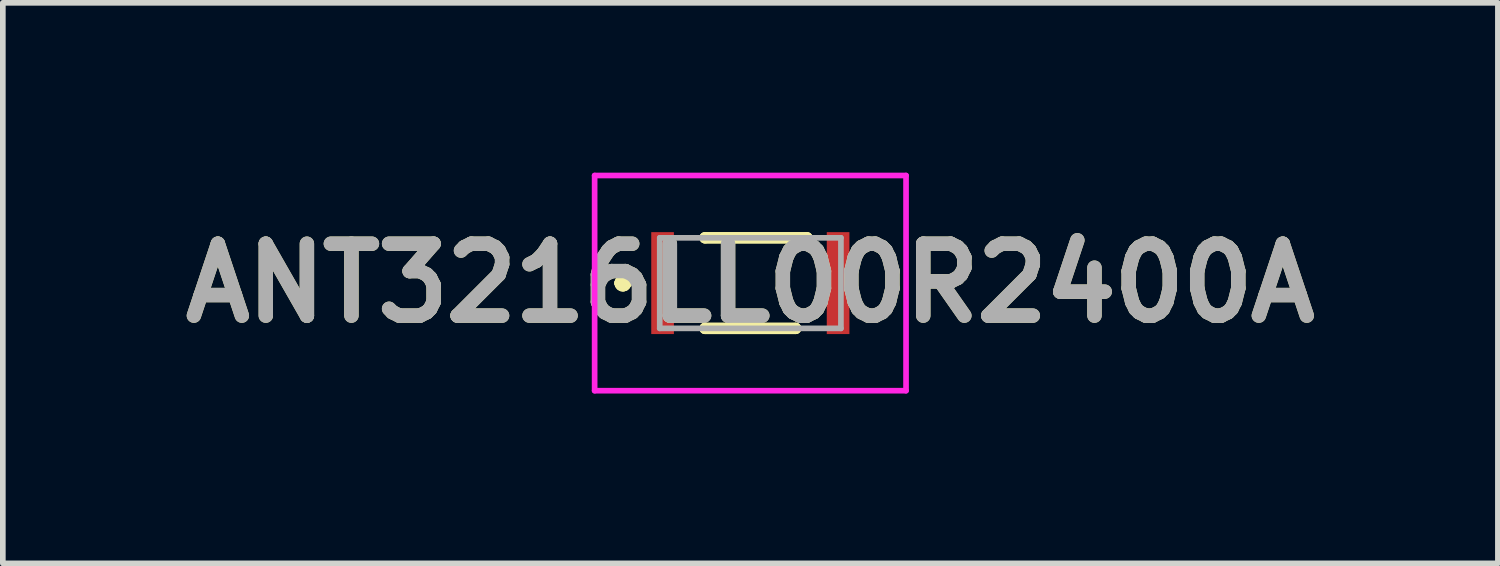
<source format=kicad_pcb>
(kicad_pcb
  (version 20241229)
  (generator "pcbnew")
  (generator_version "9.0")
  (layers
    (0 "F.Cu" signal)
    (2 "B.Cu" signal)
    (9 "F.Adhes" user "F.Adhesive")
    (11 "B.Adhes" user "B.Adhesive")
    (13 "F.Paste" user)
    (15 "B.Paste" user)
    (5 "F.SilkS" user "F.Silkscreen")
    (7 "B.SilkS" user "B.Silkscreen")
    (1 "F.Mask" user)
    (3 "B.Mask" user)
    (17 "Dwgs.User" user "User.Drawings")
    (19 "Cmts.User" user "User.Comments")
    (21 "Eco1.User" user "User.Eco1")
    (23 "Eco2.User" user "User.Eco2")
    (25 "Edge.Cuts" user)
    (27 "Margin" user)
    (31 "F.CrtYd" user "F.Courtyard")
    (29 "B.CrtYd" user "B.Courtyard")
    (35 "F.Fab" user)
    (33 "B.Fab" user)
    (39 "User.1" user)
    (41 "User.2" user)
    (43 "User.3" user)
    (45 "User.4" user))
  (footprint "ANT3216LL00R2400A"
    (layer "F.Cu")
    (at 10.202 1.95)
    (property "Reference" "ANT3216LL00R2400A" (at 0 0 0) (layer "F.SilkS") (effects (font (size 1.27 1.27) (thickness 0.254))))
    (attr smd)
    (fp_line (start -2.3 0) (end -2.3 0) (stroke (width 0.2) (type solid)) (layer "F.SilkS"))
    (fp_line (start -2.3 0) (end -2.3 0) (stroke (width 0.2) (type solid)) (layer "F.SilkS"))
    (fp_line (start -2.2 0) (end -2.2 0) (stroke (width 0.2) (type solid)) (layer "F.SilkS"))
    (fp_line (start -0.8 -0.8) (end -0.8 -0.8) (stroke (width 0.2) (type solid)) (layer "F.SilkS"))
    (fp_line (start -0.8 -0.8) (end 1 -0.8) (stroke (width 0.2) (type solid)) (layer "F.SilkS"))
    (fp_line (start -0.8 0.8) (end -0.8 0.8) (stroke (width 0.2) (type solid)) (layer "F.SilkS"))
    (fp_line (start -0.8 0.8) (end 0.8 0.8) (stroke (width 0.2) (type solid)) (layer "F.SilkS"))
    (fp_line (start 0.8 0.8) (end -0.8 0.8) (stroke (width 0.2) (type solid)) (layer "F.SilkS"))
    (fp_line (start 0.8 0.8) (end 0.8 0.8) (stroke (width 0.2) (type solid)) (layer "F.SilkS"))
    (fp_line (start 1 -0.8) (end -0.8 -0.8) (stroke (width 0.2) (type solid)) (layer "F.SilkS"))
    (fp_line (start 1 -0.8) (end 1 -0.8) (stroke (width 0.2) (type solid)) (layer "F.SilkS"))
    (fp_arc (start -2.3 0) (mid -2.25 -0.05) (end -2.2 0) (stroke (width 0.2) (type solid)) (layer "F.SilkS"))
    (fp_arc (start -2.2 0) (mid -2.25 0.05) (end -2.3 0) (stroke (width 0.2) (type solid)) (layer "F.SilkS"))
    (fp_arc (start -2.2 0) (mid -2.25 0.05) (end -2.3 0) (stroke (width 0.2) (type solid)) (layer "F.SilkS"))
    (fp_line (start -2.75 -1.9) (end 2.75 -1.9) (stroke (width 0.1) (type solid)) (layer "F.CrtYd"))
    (fp_line (start -2.75 1.9) (end -2.75 -1.9) (stroke (width 0.1) (type solid)) (layer "F.CrtYd"))
    (fp_line (start 2.75 -1.9) (end 2.75 1.9) (stroke (width 0.1) (type solid)) (layer "F.CrtYd"))
    (fp_line (start 2.75 1.9) (end -2.75 1.9) (stroke (width 0.1) (type solid)) (layer "F.CrtYd"))
    (fp_line (start -1.6 -0.8) (end -1.6 0.8) (stroke (width 0.1) (type solid)) (layer "F.Fab"))
    (fp_line (start -1.6 0.8) (end 1.6 0.8) (stroke (width 0.1) (type solid)) (layer "F.Fab"))
    (fp_line (start 1.6 -0.8) (end -1.6 -0.8) (stroke (width 0.1) (type solid)) (layer "F.Fab"))
    (fp_line (start 1.6 0.8) (end 1.6 -0.8) (stroke (width 0.1) (type solid)) (layer "F.Fab"))
    (fp_text user "${REFERENCE}" (at 0 0 0) (layer "F.Fab") (effects (font (size 1.27 1.27) (thickness 0.254))))
    (pad "1" smd rect (at -1.55 0) (size 0.4 1.8) (layers "F.Cu" "F.Mask" "F.Paste"))
    (pad "2" smd rect (at 1.55 0) (size 0.4 1.8) (layers "F.Cu" "F.Mask" "F.Paste")))
  (gr_rect
    (start -3 -3)
    (end 23.405 6.9)
    (stroke (width 0.1) (type default))
    (fill no)
    (layer "Edge.Cuts")))
</source>
